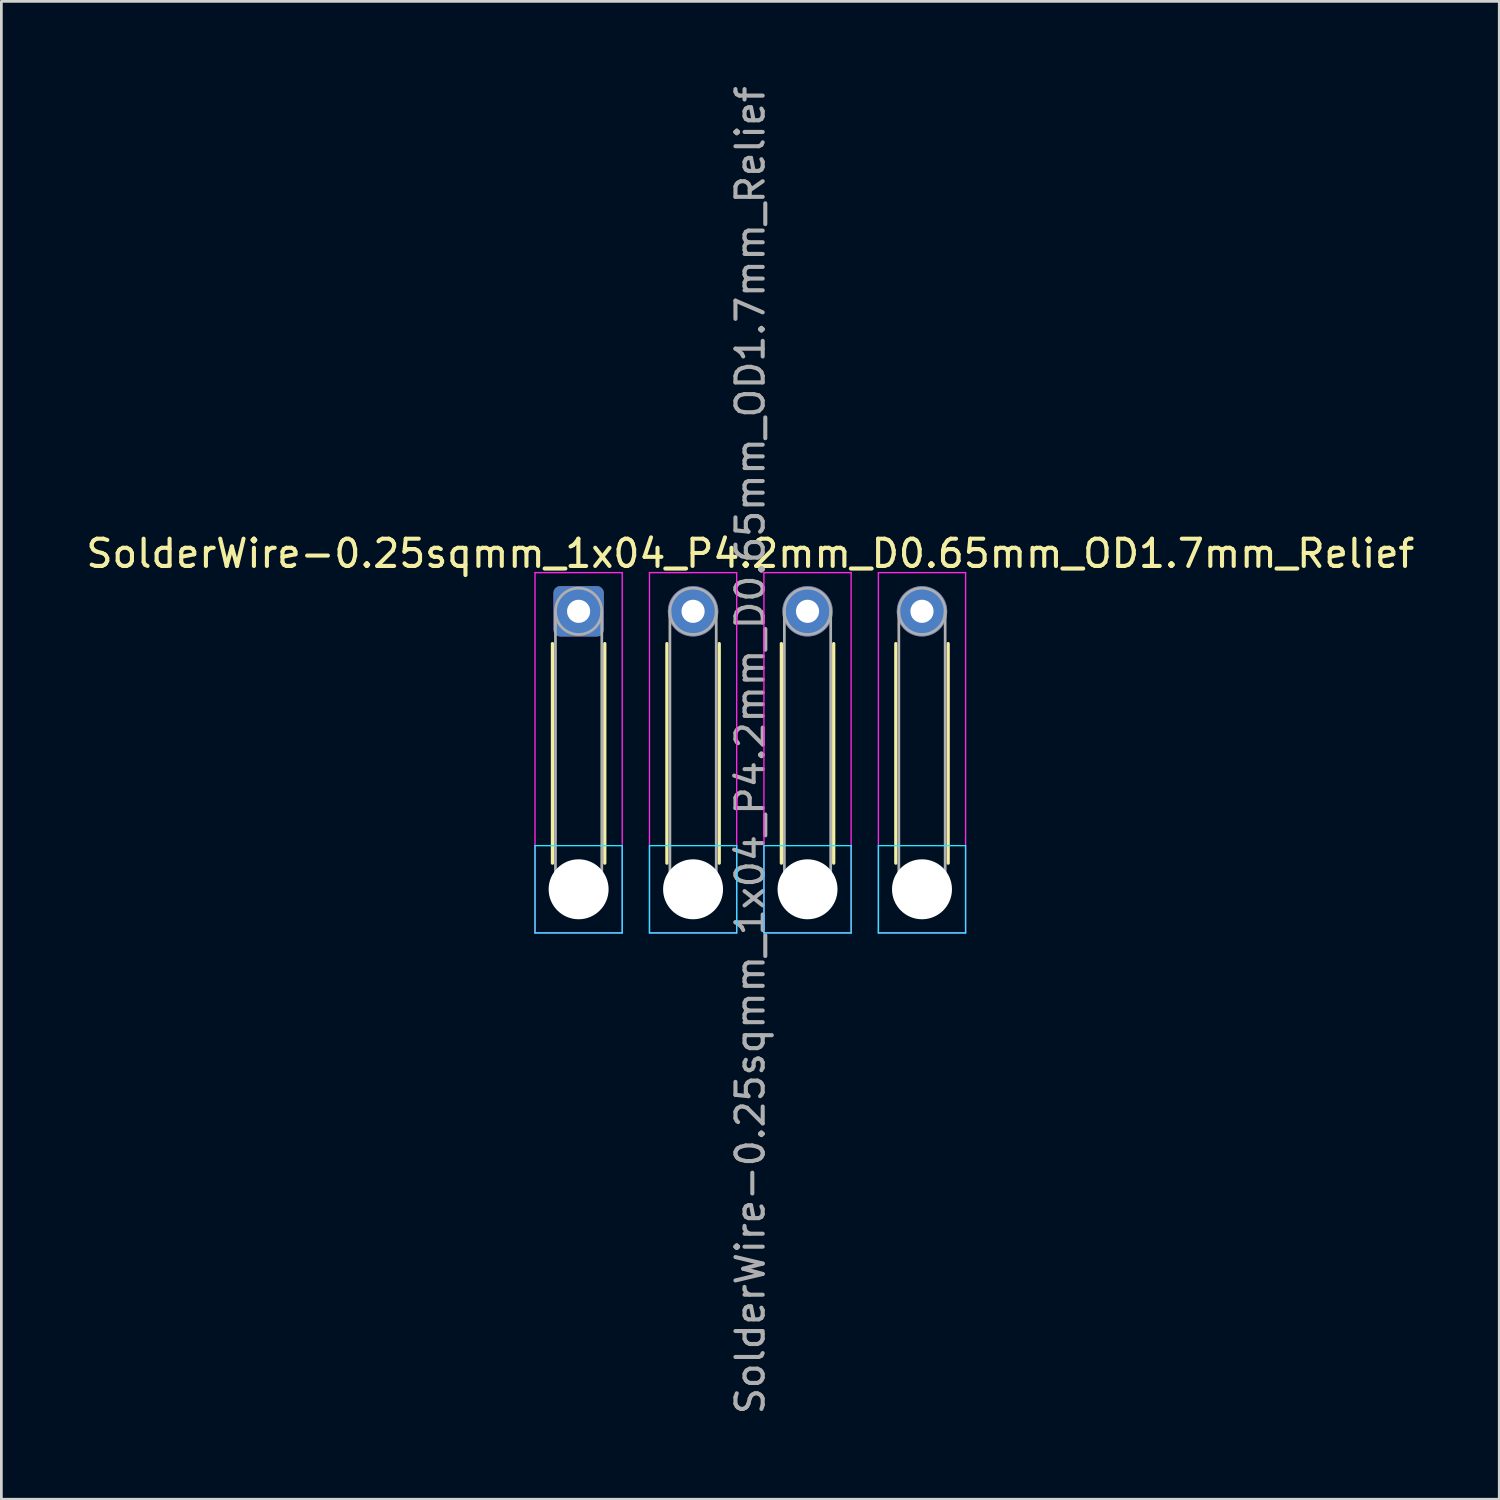
<source format=kicad_pcb>
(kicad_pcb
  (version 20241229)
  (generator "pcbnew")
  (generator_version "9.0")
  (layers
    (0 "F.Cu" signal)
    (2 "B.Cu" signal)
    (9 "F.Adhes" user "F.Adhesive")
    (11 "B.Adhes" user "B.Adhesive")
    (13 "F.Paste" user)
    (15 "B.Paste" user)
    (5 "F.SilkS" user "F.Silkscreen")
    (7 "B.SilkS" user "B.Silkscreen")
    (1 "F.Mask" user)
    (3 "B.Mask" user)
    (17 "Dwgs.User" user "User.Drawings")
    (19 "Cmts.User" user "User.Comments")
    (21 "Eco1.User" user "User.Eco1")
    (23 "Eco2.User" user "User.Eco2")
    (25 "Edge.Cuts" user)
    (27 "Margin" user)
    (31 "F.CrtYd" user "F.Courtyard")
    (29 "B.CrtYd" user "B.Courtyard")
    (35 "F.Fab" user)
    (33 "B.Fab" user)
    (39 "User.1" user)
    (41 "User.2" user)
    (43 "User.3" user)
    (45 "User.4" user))
  (footprint "SolderWire-0.25sqmm_1x04_P4.2mm_D0.65mm_OD1.7mm_Relief"
    (layer "F.Cu")
    (at 18.182 19.382)
    (property "Reference" "SolderWire-0.25sqmm_1x04_P4.2mm_D0.65mm_OD1.7mm_Relief" (at 6.3 -2.12 0) (layer "F.SilkS") (effects (font (size 1 1) (thickness 0.15))))
    (attr exclude_from_pos_files exclude_from_bom)
    (fp_line (start -0.96 1.185) (end -0.96 9.24) (stroke (width 0.12) (type solid)) (layer "F.SilkS"))
    (fp_line (start 0.96 1.185) (end 0.96 9.24) (stroke (width 0.12) (type solid)) (layer "F.SilkS"))
    (fp_line (start 3.24 1.185) (end 3.24 9.24) (stroke (width 0.12) (type solid)) (layer "F.SilkS"))
    (fp_line (start 5.16 1.185) (end 5.16 9.24) (stroke (width 0.12) (type solid)) (layer "F.SilkS"))
    (fp_line (start 7.44 1.185) (end 7.44 9.24) (stroke (width 0.12) (type solid)) (layer "F.SilkS"))
    (fp_line (start 9.36 1.185) (end 9.36 9.24) (stroke (width 0.12) (type solid)) (layer "F.SilkS"))
    (fp_line (start 11.64 1.185) (end 11.64 9.24) (stroke (width 0.12) (type solid)) (layer "F.SilkS"))
    (fp_line (start 13.56 1.185) (end 13.56 9.24) (stroke (width 0.12) (type solid)) (layer "F.SilkS"))
    (fp_line (start -1.6 8.6) (end -1.6 11.8) (stroke (width 0.05) (type solid)) (layer "B.CrtYd"))
    (fp_line (start -1.6 11.8) (end 1.6 11.8) (stroke (width 0.05) (type solid)) (layer "B.CrtYd"))
    (fp_line (start 1.6 8.6) (end -1.6 8.6) (stroke (width 0.05) (type solid)) (layer "B.CrtYd"))
    (fp_line (start 1.6 11.8) (end 1.6 8.6) (stroke (width 0.05) (type solid)) (layer "B.CrtYd"))
    (fp_line (start 2.6 8.6) (end 2.6 11.8) (stroke (width 0.05) (type solid)) (layer "B.CrtYd"))
    (fp_line (start 2.6 11.8) (end 5.8 11.8) (stroke (width 0.05) (type solid)) (layer "B.CrtYd"))
    (fp_line (start 5.8 8.6) (end 2.6 8.6) (stroke (width 0.05) (type solid)) (layer "B.CrtYd"))
    (fp_line (start 5.8 11.8) (end 5.8 8.6) (stroke (width 0.05) (type solid)) (layer "B.CrtYd"))
    (fp_line (start 6.8 8.6) (end 6.8 11.8) (stroke (width 0.05) (type solid)) (layer "B.CrtYd"))
    (fp_line (start 6.8 11.8) (end 10 11.8) (stroke (width 0.05) (type solid)) (layer "B.CrtYd"))
    (fp_line (start 10 8.6) (end 6.8 8.6) (stroke (width 0.05) (type solid)) (layer "B.CrtYd"))
    (fp_line (start 10 11.8) (end 10 8.6) (stroke (width 0.05) (type solid)) (layer "B.CrtYd"))
    (fp_line (start 11 8.6) (end 11 11.8) (stroke (width 0.05) (type solid)) (layer "B.CrtYd"))
    (fp_line (start 11 11.8) (end 14.2 11.8) (stroke (width 0.05) (type solid)) (layer "B.CrtYd"))
    (fp_line (start 14.2 8.6) (end 11 8.6) (stroke (width 0.05) (type solid)) (layer "B.CrtYd"))
    (fp_line (start 14.2 11.8) (end 14.2 8.6) (stroke (width 0.05) (type solid)) (layer "B.CrtYd"))
    (fp_line (start -1.6 -1.42) (end -1.6 11.8) (stroke (width 0.05) (type solid)) (layer "F.CrtYd"))
    (fp_line (start -1.6 11.8) (end 1.6 11.8) (stroke (width 0.05) (type solid)) (layer "F.CrtYd"))
    (fp_line (start 1.6 -1.42) (end -1.6 -1.42) (stroke (width 0.05) (type solid)) (layer "F.CrtYd"))
    (fp_line (start 1.6 11.8) (end 1.6 -1.42) (stroke (width 0.05) (type solid)) (layer "F.CrtYd"))
    (fp_line (start 2.6 -1.42) (end 2.6 11.8) (stroke (width 0.05) (type solid)) (layer "F.CrtYd"))
    (fp_line (start 2.6 11.8) (end 5.8 11.8) (stroke (width 0.05) (type solid)) (layer "F.CrtYd"))
    (fp_line (start 5.8 -1.42) (end 2.6 -1.42) (stroke (width 0.05) (type solid)) (layer "F.CrtYd"))
    (fp_line (start 5.8 11.8) (end 5.8 -1.42) (stroke (width 0.05) (type solid)) (layer "F.CrtYd"))
    (fp_line (start 6.8 -1.42) (end 6.8 11.8) (stroke (width 0.05) (type solid)) (layer "F.CrtYd"))
    (fp_line (start 6.8 11.8) (end 10 11.8) (stroke (width 0.05) (type solid)) (layer "F.CrtYd"))
    (fp_line (start 10 -1.42) (end 6.8 -1.42) (stroke (width 0.05) (type solid)) (layer "F.CrtYd"))
    (fp_line (start 10 11.8) (end 10 -1.42) (stroke (width 0.05) (type solid)) (layer "F.CrtYd"))
    (fp_line (start 11 -1.42) (end 11 11.8) (stroke (width 0.05) (type solid)) (layer "F.CrtYd"))
    (fp_line (start 11 11.8) (end 14.2 11.8) (stroke (width 0.05) (type solid)) (layer "F.CrtYd"))
    (fp_line (start 14.2 -1.42) (end 11 -1.42) (stroke (width 0.05) (type solid)) (layer "F.CrtYd"))
    (fp_line (start 14.2 11.8) (end 14.2 -1.42) (stroke (width 0.05) (type solid)) (layer "F.CrtYd"))
    (fp_line (start -0.85 0) (end -0.85 10.2) (stroke (width 0.1) (type solid)) (layer "F.Fab"))
    (fp_line (start 0.85 0) (end 0.85 10.2) (stroke (width 0.1) (type solid)) (layer "F.Fab"))
    (fp_line (start 3.35 0) (end 3.35 10.2) (stroke (width 0.1) (type solid)) (layer "F.Fab"))
    (fp_line (start 5.05 0) (end 5.05 10.2) (stroke (width 0.1) (type solid)) (layer "F.Fab"))
    (fp_line (start 7.55 0) (end 7.55 10.2) (stroke (width 0.1) (type solid)) (layer "F.Fab"))
    (fp_line (start 9.25 0) (end 9.25 10.2) (stroke (width 0.1) (type solid)) (layer "F.Fab"))
    (fp_line (start 11.75 0) (end 11.75 10.2) (stroke (width 0.1) (type solid)) (layer "F.Fab"))
    (fp_line (start 13.45 0) (end 13.45 10.2) (stroke (width 0.1) (type solid)) (layer "F.Fab"))
    (fp_circle (center 0 0) (end 0.85 0) (stroke (width 0.1) (type solid)) (fill no) (layer "F.Fab"))
    (fp_circle (center 0 10.2) (end 0.85 10.2) (stroke (width 0.1) (type solid)) (fill no) (layer "F.Fab"))
    (fp_circle (center 4.2 0) (end 5.05 0) (stroke (width 0.1) (type solid)) (fill no) (layer "F.Fab"))
    (fp_circle (center 4.2 10.2) (end 5.05 10.2) (stroke (width 0.1) (type solid)) (fill no) (layer "F.Fab"))
    (fp_circle (center 8.4 0) (end 9.25 0) (stroke (width 0.1) (type solid)) (fill no) (layer "F.Fab"))
    (fp_circle (center 8.4 10.2) (end 9.25 10.2) (stroke (width 0.1) (type solid)) (fill no) (layer "F.Fab"))
    (fp_circle (center 12.6 0) (end 13.45 0) (stroke (width 0.1) (type solid)) (fill no) (layer "F.Fab"))
    (fp_circle (center 12.6 10.2) (end 13.45 10.2) (stroke (width 0.1) (type solid)) (fill no) (layer "F.Fab"))
    (fp_text user "${REFERENCE}" (at 6.3 5.1 90) (layer "F.Fab") (effects (font (size 1 1) (thickness 0.15))))
    (pad "" np_thru_hole circle (at 0 10.2) (size 2.2 2.2) (drill 2.2) (layers "*.Cu" "*.Mask"))
    (pad "" np_thru_hole circle (at 4.2 10.2) (size 2.2 2.2) (drill 2.2) (layers "*.Cu" "*.Mask"))
    (pad "" np_thru_hole circle (at 8.4 10.2) (size 2.2 2.2) (drill 2.2) (layers "*.Cu" "*.Mask"))
    (pad "" np_thru_hole circle (at 12.6 10.2) (size 2.2 2.2) (drill 2.2) (layers "*.Cu" "*.Mask"))
    (pad "1" thru_hole roundrect (at 0 0) (size 1.85 1.85) (drill 0.85) (layers "*.Cu" "*.Mask") (roundrect_rratio 0.135))
    (pad "2" thru_hole circle (at 4.2 0) (size 1.85 1.85) (drill 0.85) (layers "*.Cu" "*.Mask"))
    (pad "3" thru_hole circle (at 8.4 0) (size 1.85 1.85) (drill 0.85) (layers "*.Cu" "*.Mask"))
    (pad "4" thru_hole circle (at 12.6 0) (size 1.85 1.85) (drill 0.85) (layers "*.Cu" "*.Mask")))
  (gr_rect
    (start -3 -3)
    (end 51.964 51.964)
    (stroke (width 0.1) (type default))
    (fill no)
    (layer "Edge.Cuts")))
</source>
